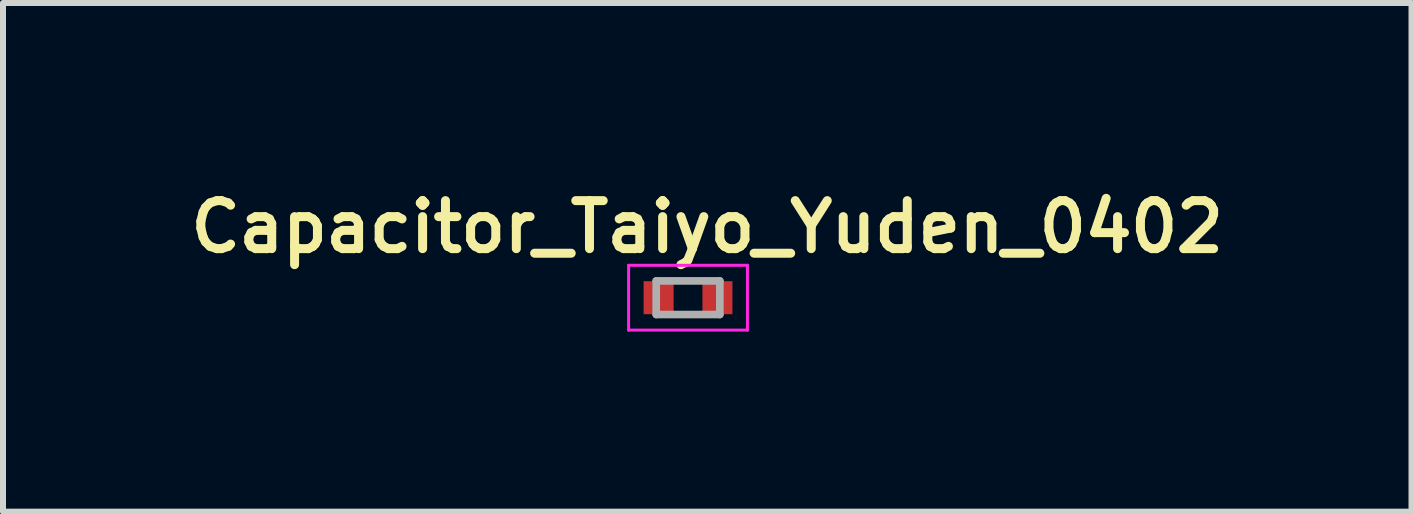
<source format=kicad_pcb>
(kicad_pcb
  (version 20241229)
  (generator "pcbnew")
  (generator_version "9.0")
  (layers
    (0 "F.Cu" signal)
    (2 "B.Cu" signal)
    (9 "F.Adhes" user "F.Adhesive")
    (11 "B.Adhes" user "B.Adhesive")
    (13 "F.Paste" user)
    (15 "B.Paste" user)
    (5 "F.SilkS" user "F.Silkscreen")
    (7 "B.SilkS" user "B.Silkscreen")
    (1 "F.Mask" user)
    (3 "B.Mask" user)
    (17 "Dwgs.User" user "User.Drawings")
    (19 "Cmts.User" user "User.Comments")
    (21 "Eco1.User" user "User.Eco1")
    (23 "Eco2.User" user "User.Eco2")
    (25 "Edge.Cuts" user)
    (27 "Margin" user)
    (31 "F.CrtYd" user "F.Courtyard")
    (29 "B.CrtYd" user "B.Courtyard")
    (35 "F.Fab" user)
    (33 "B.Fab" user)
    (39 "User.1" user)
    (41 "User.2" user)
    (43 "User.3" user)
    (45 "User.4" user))
  (footprint "Capacitor_Taiyo_Yuden_0402"
    (layer "F.Cu")
    (at 8.415 1.911)
    (property "Reference" "Capacitor_Taiyo_Yuden_0402" (at 0.32 -1.18 0) (layer "F.SilkS") (effects (font (size 0.8 0.8) (thickness 0.15))))
    (attr through_hole)
    (fp_line (start -0.99 -0.54) (end 0.99 -0.54) (stroke (width 0.05) (type solid)) (layer "F.CrtYd"))
    (fp_line (start -0.99 0.54) (end -0.99 -0.54) (stroke (width 0.05) (type solid)) (layer "F.CrtYd"))
    (fp_line (start -0.99 0.54) (end 0.99 0.54) (stroke (width 0.05) (type solid)) (layer "F.CrtYd"))
    (fp_line (start 0.99 0.54) (end 0.99 -0.54) (stroke (width 0.05) (type solid)) (layer "F.CrtYd"))
    (fp_line (start -0.53 0.28) (end -0.53 -0.28) (stroke (width 0.127) (type solid)) (layer "F.Fab"))
    (fp_line (start 0.53 -0.28) (end -0.53 -0.28) (stroke (width 0.127) (type solid)) (layer "F.Fab"))
    (fp_line (start 0.53 0.28) (end -0.53 0.28) (stroke (width 0.127) (type solid)) (layer "F.Fab"))
    (fp_line (start 0.53 0.28) (end 0.53 -0.28) (stroke (width 0.127) (type solid)) (layer "F.Fab"))
    (pad "1" smd rect (at -0.49 0) (size 0.5 0.55) (layers "F.Cu" "F.Mask" "F.Paste"))
    (pad "2" smd rect (at 0.49 0) (size 0.5 0.55) (layers "F.Cu" "F.Mask" "F.Paste")))
  (gr_rect
    (start -3 -3)
    (end 20.471 5.476)
    (stroke (width 0.1) (type default))
    (fill no)
    (layer "Edge.Cuts")))
</source>
